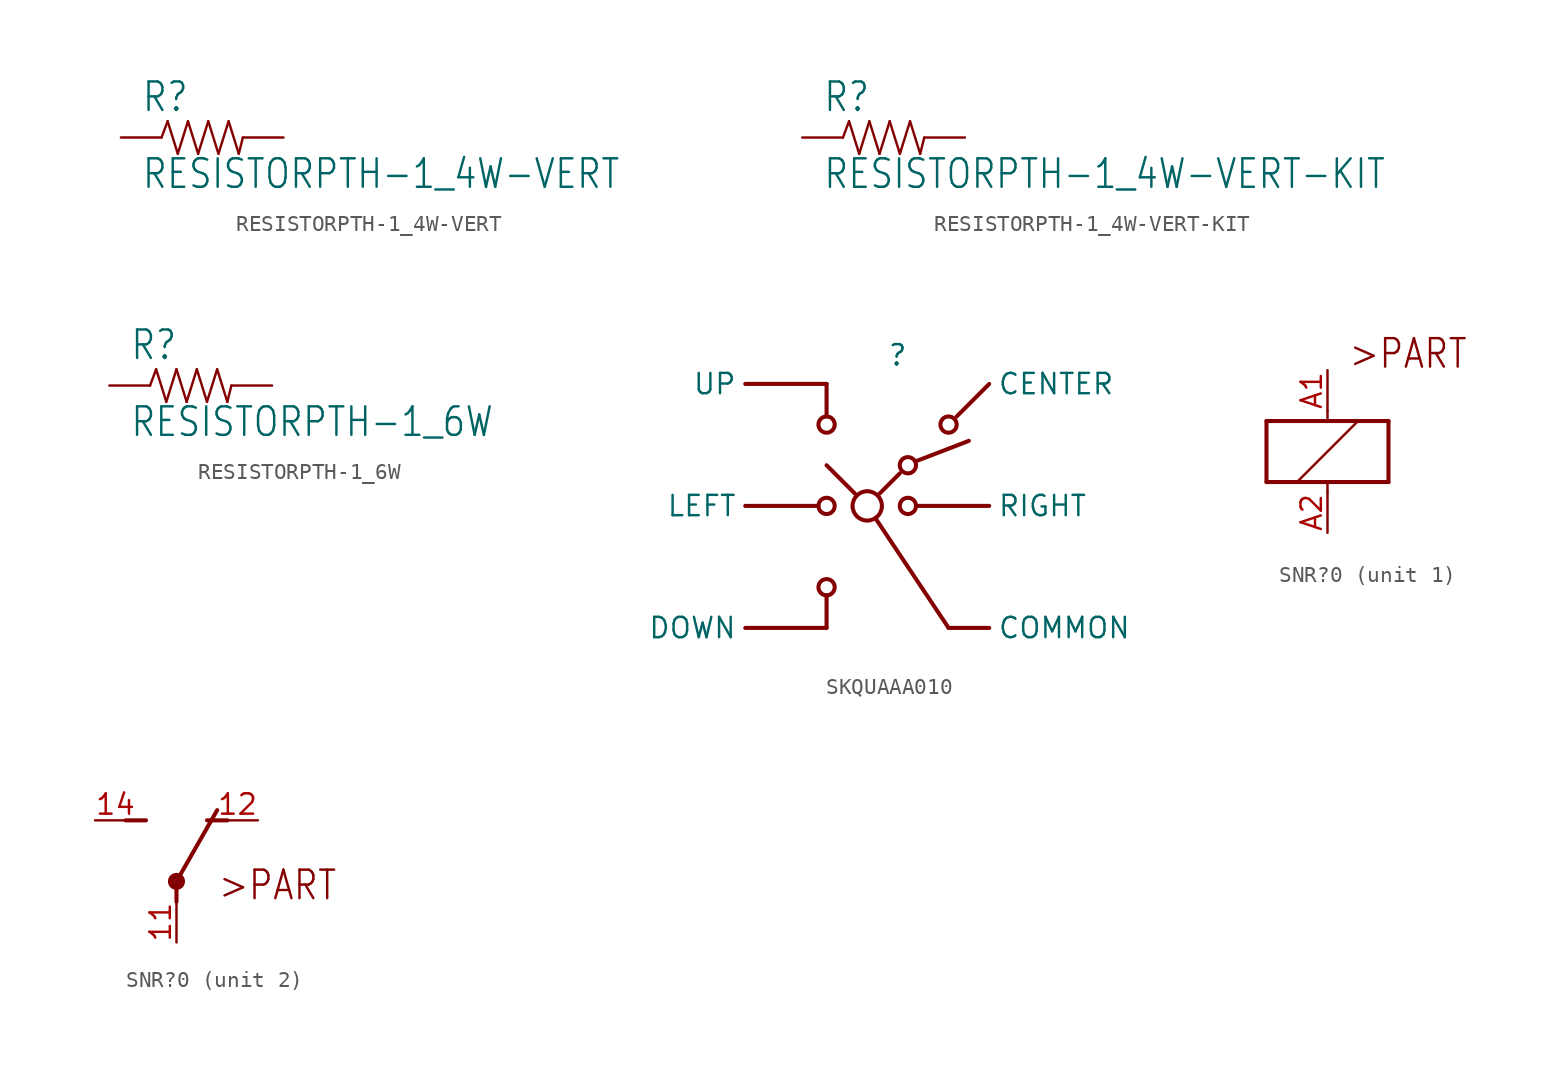
<source format=kicad_sym>
(kicad_symbol_lib
  (version 20200126)
  (host kicad_symbol_editor "5.99.0-unknown-aa7ce74~88~ubuntu18.04.1")
  (symbol "RESISTORPTH-1_4W-VERT"
    (property "Reference" "R"
      (at -3.81 1.499 0)
      (effects (font (size 1.778 1.511)) (justify left bottom)))
    (property "Value" "RESISTORPTH-1_4W-VERT"
      (at -3.81 -3.302 0)
      (effects (font (size 1.778 1.511)) (justify left bottom)))
    (property "ki_locked" ""
      (at 0 0 0)
      (effects (font (size 1.27 1.27))))
    (symbol "RESISTORPTH-1_4W-VERT_1_0"
      (polyline (pts (xy -2.54 0) (xy -2.159 1.016)) (stroke (width 0.152)) (fill (type none)))
      (polyline (pts (xy -2.159 1.016) (xy -1.524 -1.016)) (stroke (width 0.152)) (fill (type none)))
      (polyline (pts (xy -1.524 -1.016) (xy -0.889 1.016)) (stroke (width 0.152)) (fill (type none)))
      (polyline (pts (xy -0.889 1.016) (xy -0.254 -1.016)) (stroke (width 0.152)) (fill (type none)))
      (polyline (pts (xy -0.254 -1.016) (xy 0.381 1.016)) (stroke (width 0.152)) (fill (type none)))
      (polyline (pts (xy 0.381 1.016) (xy 1.016 -1.016)) (stroke (width 0.152)) (fill (type none)))
      (polyline (pts (xy 1.016 -1.016) (xy 1.651 1.016)) (stroke (width 0.152)) (fill (type none)))
      (polyline (pts (xy 1.651 1.016) (xy 2.286 -1.016)) (stroke (width 0.152)) (fill (type none)))
      (polyline (pts (xy 2.286 -1.016) (xy 2.54 0)) (stroke (width 0.152)) (fill (type none)))
      (pin passive line (at 5.08 0 180) (length 2.54) (name "2" (effects (font (size 0 0)))) (number "P$2" (effects (font (size 0 0)))))
      (pin passive line (at -5.08 0 0) (length 2.54) (name "1" (effects (font (size 0 0)))) (number "P$1" (effects (font (size 0 0)))))))
  (symbol "RESISTORPTH-1_4W-VERT-KIT"
    (property "Reference" "R"
      (at -3.81 1.499 0)
      (effects (font (size 1.778 1.511)) (justify left bottom)))
    (property "Value" "RESISTORPTH-1_4W-VERT-KIT"
      (at -3.81 -3.302 0)
      (effects (font (size 1.778 1.511)) (justify left bottom)))
    (property "ki_locked" ""
      (at 0 0 0)
      (effects (font (size 1.27 1.27))))
    (symbol "RESISTORPTH-1_4W-VERT-KIT_1_0"
      (polyline (pts (xy -2.54 0) (xy -2.159 1.016)) (stroke (width 0.152)) (fill (type none)))
      (polyline (pts (xy -2.159 1.016) (xy -1.524 -1.016)) (stroke (width 0.152)) (fill (type none)))
      (polyline (pts (xy -1.524 -1.016) (xy -0.889 1.016)) (stroke (width 0.152)) (fill (type none)))
      (polyline (pts (xy -0.889 1.016) (xy -0.254 -1.016)) (stroke (width 0.152)) (fill (type none)))
      (polyline (pts (xy -0.254 -1.016) (xy 0.381 1.016)) (stroke (width 0.152)) (fill (type none)))
      (polyline (pts (xy 0.381 1.016) (xy 1.016 -1.016)) (stroke (width 0.152)) (fill (type none)))
      (polyline (pts (xy 1.016 -1.016) (xy 1.651 1.016)) (stroke (width 0.152)) (fill (type none)))
      (polyline (pts (xy 1.651 1.016) (xy 2.286 -1.016)) (stroke (width 0.152)) (fill (type none)))
      (polyline (pts (xy 2.286 -1.016) (xy 2.54 0)) (stroke (width 0.152)) (fill (type none)))
      (pin passive line (at 5.08 0 180) (length 2.54) (name "2" (effects (font (size 0 0)))) (number "P$2" (effects (font (size 0 0)))))
      (pin passive line (at -5.08 0 0) (length 2.54) (name "1" (effects (font (size 0 0)))) (number "P$1" (effects (font (size 0 0)))))))
  (symbol "RESISTORPTH-1_6W"
    (property "Reference" "R"
      (at -3.81 1.499 0)
      (effects (font (size 1.778 1.511)) (justify left bottom)))
    (property "Value" "RESISTORPTH-1_6W"
      (at -3.81 -3.302 0)
      (effects (font (size 1.778 1.511)) (justify left bottom)))
    (property "ki_locked" ""
      (at 0 0 0)
      (effects (font (size 1.27 1.27))))
    (symbol "RESISTORPTH-1_6W_1_0"
      (polyline (pts (xy -2.54 0) (xy -2.159 1.016)) (stroke (width 0.152)) (fill (type none)))
      (polyline (pts (xy -2.159 1.016) (xy -1.524 -1.016)) (stroke (width 0.152)) (fill (type none)))
      (polyline (pts (xy -1.524 -1.016) (xy -0.889 1.016)) (stroke (width 0.152)) (fill (type none)))
      (polyline (pts (xy -0.889 1.016) (xy -0.254 -1.016)) (stroke (width 0.152)) (fill (type none)))
      (polyline (pts (xy -0.254 -1.016) (xy 0.381 1.016)) (stroke (width 0.152)) (fill (type none)))
      (polyline (pts (xy 0.381 1.016) (xy 1.016 -1.016)) (stroke (width 0.152)) (fill (type none)))
      (polyline (pts (xy 1.016 -1.016) (xy 1.651 1.016)) (stroke (width 0.152)) (fill (type none)))
      (polyline (pts (xy 1.651 1.016) (xy 2.286 -1.016)) (stroke (width 0.152)) (fill (type none)))
      (polyline (pts (xy 2.286 -1.016) (xy 2.54 0)) (stroke (width 0.152)) (fill (type none)))
      (pin passive line (at 5.08 0 180) (length 2.54) (name "2" (effects (font (size 0 0)))) (number "2" (effects (font (size 0 0)))))
      (pin passive line (at -5.08 0 0) (length 2.54) (name "1" (effects (font (size 0 0)))) (number "1" (effects (font (size 0 0)))))))
  (symbol "SKQUAAA010"
    (property "Reference" ""
      (at 2.54 10.16 0)
      (effects (font (size 1.27 1.27)) (justify right top)))
    (property "ki_locked" ""
      (at 0 0 0)
      (effects (font (size 1.27 1.27))))
    (symbol "SKQUAAA010_1_0"
      (circle (center -2.54 5.08) (radius 0.508) (stroke (width 0.254)) (fill (type none)))
      (circle (center 0 0) (radius 0.916) (stroke (width 0.254)) (fill (type none)))
      (circle (center -2.54 0) (radius 0.508) (stroke (width 0.254)) (fill (type none)))
      (circle (center -2.54 -5.08) (radius 0.508) (stroke (width 0.254)) (fill (type none)))
      (circle (center 2.54 0) (radius 0.508) (stroke (width 0.254)) (fill (type none)))
      (circle (center 2.54 2.54) (radius 0.508) (stroke (width 0.254)) (fill (type none)))
      (circle (center 5.08 5.08) (radius 0.508) (stroke (width 0.254)) (fill (type none)))
      (polyline (pts (xy -2.54 7.62) (xy -2.54 5.588)) (stroke (width 0.254)) (fill (type none)))
      (polyline (pts (xy -0.762 0.762) (xy -2.54 2.54)) (stroke (width 0.254)) (fill (type none)))
      (polyline (pts (xy -2.54 -5.588) (xy -2.54 -7.62)) (stroke (width 0.254)) (fill (type none)))
      (polyline (pts (xy 0.508 -0.762) (xy 5.08 -7.62)) (stroke (width 0.254)) (fill (type none)))
      (polyline (pts (xy 3.048 2.794) (xy 6.35 4.064)) (stroke (width 0.254)) (fill (type none)))
      (polyline (pts (xy 2.032 2.032) (xy 0.762 0.762)) (stroke (width 0.254)) (fill (type none)))
      (polyline (pts (xy -7.62 7.62) (xy -2.54 7.62)) (stroke (width 0.254)) (fill (type none)))
      (polyline (pts (xy -7.62 0) (xy -3.048 0)) (stroke (width 0.254)) (fill (type none)))
      (polyline (pts (xy -7.62 -7.62) (xy -2.54 -7.62)) (stroke (width 0.254)) (fill (type none)))
      (polyline (pts (xy 7.62 -7.62) (xy 5.08 -7.62)) (stroke (width 0.254)) (fill (type none)))
      (polyline (pts (xy 7.62 0) (xy 3.048 0)) (stroke (width 0.254)) (fill (type none)))
      (polyline (pts (xy 5.588 5.588) (xy 7.62 7.62)) (stroke (width 0.254)) (fill (type none)))
      (pin passive line (at -7.62 7.62 180) (length 0) (name "UP" (effects (font (size 1.27 1.27)))) (number "UP" (effects (font (size 0 0)))))
      (pin passive line (at -7.62 0 180) (length 0) (name "LEFT" (effects (font (size 1.27 1.27)))) (number "LEFT" (effects (font (size 0 0)))))
      (pin passive line (at -7.62 -7.62 180) (length 0) (name "DOWN" (effects (font (size 1.27 1.27)))) (number "DOWN" (effects (font (size 0 0)))))
      (pin passive line (at 7.62 7.62 0) (length 0) (name "CENTER" (effects (font (size 1.27 1.27)))) (number "CENTER" (effects (font (size 0 0)))))
      (pin passive line (at 7.62 0 0) (length 0) (name "RIGHT" (effects (font (size 1.27 1.27)))) (number "RIGHT" (effects (font (size 0 0)))))
      (pin power_in line (at 7.62 -7.62 0) (length 0) (name "COMMON" (effects (font (size 1.27 1.27)))) (number "COMMON" (effects (font (size 0 0)))))))
  (symbol "SNR?0"
    (property "Reference" "K"
      (at 0 0 0)
      (effects (font (size 1.27 1.27)) hide))
    (property "ki_locked" ""
      (at 0 0 0)
      (effects (font (size 1.27 1.27))))
    (symbol "SNR?0_2_0"
      (circle (center 0 1.27) (radius 0.127) (stroke (width 0.406)) (fill (type none)))
      (text ">PART" (at 2.54 0 0) (effects (font (size 1.778 1.511)) (justify left bottom)))
      (polyline (pts (xy 3.175 5.08) (xy 1.905 5.08)) (stroke (width 0.254)) (fill (type none)))
      (polyline (pts (xy -3.175 5.08) (xy -1.905 5.08)) (stroke (width 0.254)) (fill (type none)))
      (polyline (pts (xy 0 1.27) (xy 2.54 5.715)) (stroke (width 0.254)) (fill (type none)))
      (polyline (pts (xy 0 1.27) (xy 0 0)) (stroke (width 0.254)) (fill (type none)))
      (pin passive line (at 5.08 5.08 180) (length 2.54) (name "O" (effects (font (size 0 0)))) (number "12" (effects (font (size 1.27 1.27)))))
      (pin passive line (at -5.08 5.08 0) (length 2.54) (name "S" (effects (font (size 0 0)))) (number "14" (effects (font (size 1.27 1.27)))))
      (pin passive line (at 0 -2.54 90) (length 2.54) (name "P" (effects (font (size 0 0)))) (number "11" (effects (font (size 1.27 1.27))))))
    (symbol "SNR?0_1_0"
      (text ">PART" (at 1.27 5.08 0) (effects (font (size 1.778 1.511)) (justify left bottom)))
      (polyline (pts (xy -3.81 -1.905) (xy -1.905 -1.905)) (stroke (width 0.254)) (fill (type none)))
      (polyline (pts (xy 3.81 -1.905) (xy 3.81 1.905)) (stroke (width 0.254)) (fill (type none)))
      (polyline (pts (xy 3.81 1.905) (xy 1.905 1.905)) (stroke (width 0.254)) (fill (type none)))
      (polyline (pts (xy -3.81 1.905) (xy -3.81 -1.905)) (stroke (width 0.254)) (fill (type none)))
      (polyline (pts (xy 0 -2.54) (xy 0 -1.905)) (stroke (width 0.152)) (fill (type none)))
      (polyline (pts (xy 0 -1.905) (xy 3.81 -1.905)) (stroke (width 0.254)) (fill (type none)))
      (polyline (pts (xy 0 2.54) (xy 0 1.905)) (stroke (width 0.152)) (fill (type none)))
      (polyline (pts (xy 0 1.905) (xy -3.81 1.905)) (stroke (width 0.254)) (fill (type none)))
      (polyline (pts (xy -1.905 -1.905) (xy 1.905 1.905)) (stroke (width 0.152)) (fill (type none)))
      (polyline (pts (xy -1.905 -1.905) (xy 0 -1.905)) (stroke (width 0.254)) (fill (type none)))
      (polyline (pts (xy 1.905 1.905) (xy 0 1.905)) (stroke (width 0.254)) (fill (type none)))
      (pin passive line (at 0 -5.08 90) (length 2.54) (name "2" (effects (font (size 0 0)))) (number "A2" (effects (font (size 1.27 1.27)))))
      (pin passive line (at 0 5.08 270) (length 2.54) (name "1" (effects (font (size 0 0)))) (number "A1" (effects (font (size 1.27 1.27))))))))
</source>
